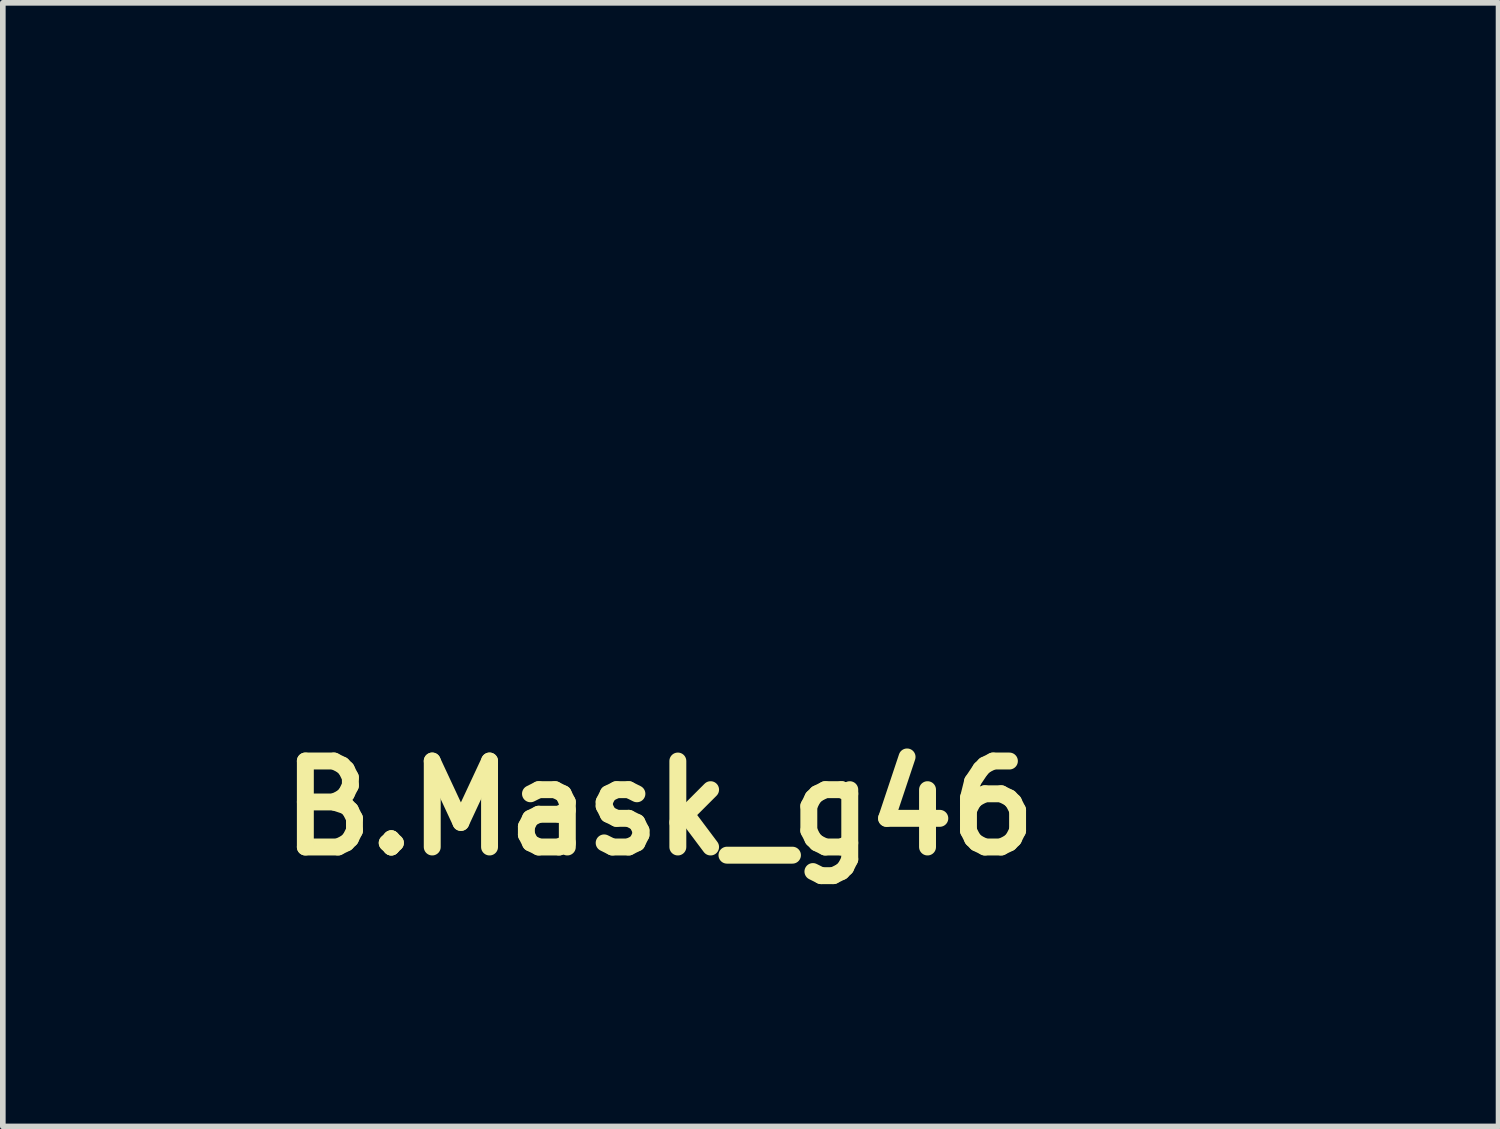
<source format=kicad_pcb>
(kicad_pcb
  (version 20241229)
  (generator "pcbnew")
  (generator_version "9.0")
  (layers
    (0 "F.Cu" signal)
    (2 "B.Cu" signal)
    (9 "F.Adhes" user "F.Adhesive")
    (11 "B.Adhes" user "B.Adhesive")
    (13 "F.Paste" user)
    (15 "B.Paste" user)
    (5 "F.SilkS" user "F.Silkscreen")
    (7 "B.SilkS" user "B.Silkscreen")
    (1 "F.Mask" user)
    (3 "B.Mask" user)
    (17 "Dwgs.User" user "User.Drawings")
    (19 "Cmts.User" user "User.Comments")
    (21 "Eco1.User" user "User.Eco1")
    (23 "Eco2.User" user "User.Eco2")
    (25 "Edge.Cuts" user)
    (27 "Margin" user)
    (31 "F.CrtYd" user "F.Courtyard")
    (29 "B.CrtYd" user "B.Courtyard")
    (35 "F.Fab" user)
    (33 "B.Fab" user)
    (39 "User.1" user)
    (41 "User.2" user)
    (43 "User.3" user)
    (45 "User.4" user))
  (footprint "B.Mask_g46"
    (layer "F.Cu")
    (at 8.641 11.277)
    (property "Reference" "B.Mask_g46" (at 0 0 0) (layer "F.SilkS") (effects (font (size 1.524 1.524) (thickness 0.3))))
    (attr through_hole)
    (fp_poly (pts (xy -6.135 -11.259) (xy -5.679 -11.205) (xy -5.227 -11.11) (xy -4.782 -10.973) (xy -4.346 -10.795) (xy -4.186 -10.718) (xy -3.926 -10.576) (xy -3.647 -10.402) (xy -3.353 -10.199) (xy -3.048 -9.97) (xy -2.736 -9.718) (xy -2.421 -9.446) (xy -2.107 -9.158) (xy -1.95 -9.006) (xy -1.816 -8.874) (xy -1.696 -8.753) (xy -1.585 -8.639) (xy -1.479 -8.527) (xy -1.375 -8.413) (xy -1.268 -8.292) (xy -1.155 -8.16) (xy -1.032 -8.012) (xy -0.894 -7.844) (xy -0.739 -7.652) (xy -0.561 -7.431) (xy -0.56 -7.429) (xy -0.219 -7.005) (xy 0.099 -6.611) (xy 0.397 -6.245) (xy 0.678 -5.903) (xy 0.943 -5.584) (xy 1.196 -5.284) (xy 1.439 -4.999) (xy 1.674 -4.727) (xy 1.904 -4.465) (xy 1.978 -4.381) (xy 2.237 -4.091) (xy 2.472 -3.832) (xy 2.684 -3.601) (xy 2.877 -3.398) (xy 3.052 -3.219) (xy 3.211 -3.063) (xy 3.357 -2.928) (xy 3.491 -2.812) (xy 3.617 -2.713) (xy 3.736 -2.629) (xy 3.851 -2.558) (xy 3.963 -2.498) (xy 4.075 -2.447) (xy 4.19 -2.403) (xy 4.202 -2.399) (xy 4.273 -2.376) (xy 4.335 -2.359) (xy 4.398 -2.349) (xy 4.473 -2.343) (xy 4.571 -2.341) (xy 4.678 -2.341) (xy 4.805 -2.341) (xy 4.902 -2.345) (xy 4.979 -2.352) (xy 5.048 -2.364) (xy 5.122 -2.383) (xy 5.175 -2.399) (xy 5.259 -2.426) (xy 5.342 -2.457) (xy 5.429 -2.493) (xy 5.521 -2.535) (xy 5.621 -2.586) (xy 5.732 -2.646) (xy 5.857 -2.717) (xy 5.996 -2.801) (xy 6.155 -2.899) (xy 6.334 -3.013) (xy 6.537 -3.144) (xy 6.765 -3.294) (xy 7.023 -3.464) (xy 7.311 -3.656) (xy 7.451 -3.749) (xy 7.843 -4.01) (xy 8.202 -4.249) (xy 8.529 -4.466) (xy 8.827 -4.663) (xy 9.096 -4.839) (xy 9.339 -4.997) (xy 9.557 -5.138) (xy 9.752 -5.262) (xy 9.926 -5.37) (xy 10.08 -5.464) (xy 10.215 -5.544) (xy 10.335 -5.612) (xy 10.44 -5.668) (xy 10.532 -5.714) (xy 10.612 -5.751) (xy 10.684 -5.779) (xy 10.747 -5.801) (xy 10.804 -5.816) (xy 10.836 -5.822) (xy 11.022 -5.835) (xy 11.203 -5.808) (xy 11.375 -5.745) (xy 11.53 -5.649) (xy 11.663 -5.523) (xy 11.769 -5.37) (xy 11.793 -5.323) (xy 11.833 -5.225) (xy 11.856 -5.13) (xy 11.869 -5.016) (xy 11.869 -5.009) (xy 11.872 -4.927) (xy 11.869 -4.853) (xy 11.859 -4.778) (xy 11.838 -4.696) (xy 11.806 -4.6) (xy 11.76 -4.481) (xy 11.699 -4.333) (xy 11.682 -4.293) (xy 11.476 -3.836) (xy 11.265 -3.419) (xy 11.047 -3.041) (xy 10.82 -2.698) (xy 10.583 -2.39) (xy 10.335 -2.114) (xy 10.074 -1.868) (xy 10.026 -1.827) (xy 9.876 -1.709) (xy 9.694 -1.578) (xy 9.477 -1.434) (xy 9.224 -1.275) (xy 9.201 -1.261) (xy 9.105 -1.199) (xy 8.993 -1.124) (xy 8.874 -1.041) (xy 8.756 -0.955) (xy 8.645 -0.873) (xy 8.551 -0.801) (xy 8.482 -0.743) (xy 8.463 -0.725) (xy 8.378 -0.617) (xy 8.321 -0.488) (xy 8.292 -0.348) (xy 8.296 -0.21) (xy 8.326 -0.099) (xy 8.368 -0.019) (xy 8.435 0.085) (xy 8.524 0.21) (xy 8.629 0.348) (xy 8.748 0.495) (xy 8.876 0.646) (xy 9.008 0.795) (xy 9.14 0.937) (xy 9.156 0.953) (xy 9.262 1.067) (xy 9.337 1.159) (xy 9.385 1.235) (xy 9.409 1.301) (xy 9.411 1.362) (xy 9.406 1.388) (xy 9.399 1.41) (xy 9.385 1.422) (xy 9.355 1.424) (xy 9.301 1.416) (xy 9.232 1.403) (xy 8.957 1.335) (xy 8.662 1.23) (xy 8.346 1.088) (xy 8.261 1.045) (xy 7.932 0.873) (xy 7.625 0.706) (xy 7.329 0.536) (xy 7.034 0.359) (xy 6.731 0.168) (xy 6.409 -0.042) (xy 6.262 -0.141) (xy 6.053 -0.279) (xy 5.871 -0.395) (xy 5.712 -0.491) (xy 5.567 -0.57) (xy 5.433 -0.635) (xy 5.301 -0.688) (xy 5.168 -0.734) (xy 5.026 -0.775) (xy 4.955 -0.794) (xy 4.606 -0.859) (xy 4.251 -0.884) (xy 3.895 -0.868) (xy 3.543 -0.811) (xy 3.213 -0.719) (xy 2.888 -0.602) (xy 2.564 -0.474) (xy 2.238 -0.333) (xy 1.909 -0.176) (xy 1.572 -0.003) (xy 1.224 0.188) (xy 0.863 0.4) (xy 0.485 0.633) (xy 0.088 0.89) (xy -0.331 1.171) (xy -0.777 1.48) (xy -1.038 1.665) (xy -1.28 1.835) (xy -1.492 1.981) (xy -1.681 2.105) (xy -1.851 2.21) (xy -2.005 2.298) (xy -2.149 2.372) (xy -2.287 2.434) (xy -2.423 2.486) (xy -2.562 2.531) (xy -2.688 2.567) (xy -2.773 2.588) (xy -2.846 2.605) (xy -2.916 2.617) (xy -2.99 2.625) (xy -3.079 2.63) (xy -3.19 2.634) (xy -3.333 2.636) (xy -3.376 2.637) (xy -3.513 2.638) (xy -3.638 2.638) (xy -3.746 2.636) (xy -3.827 2.634) (xy -3.875 2.63) (xy -3.881 2.629) (xy -3.889 2.626) (xy -3.896 2.623) (xy -3.898 2.619) (xy -3.896 2.611) (xy -3.886 2.599) (xy -3.868 2.582) (xy -3.84 2.559) (xy -3.801 2.528) (xy -3.749 2.488) (xy -3.682 2.439) (xy -3.598 2.38) (xy -3.497 2.308) (xy -3.377 2.223) (xy -3.236 2.124) (xy -3.072 2.01) (xy -2.885 1.88) (xy -2.672 1.732) (xy -2.432 1.566) (xy -2.163 1.38) (xy -1.864 1.173) (xy -1.533 0.945) (xy -1.185 0.704) (xy -0.989 0.569) (xy -0.801 0.438) (xy -0.624 0.315) (xy -0.463 0.202) (xy -0.319 0.101) (xy -0.197 0.015) (xy -0.099 -0.055) (xy -0.029 -0.105) (xy 0.011 -0.135) (xy 0.014 -0.138) (xy 0.095 -0.226) (xy 0.166 -0.342) (xy 0.219 -0.469) (xy 0.244 -0.58) (xy 0.242 -0.724) (xy 0.203 -0.867) (xy 0.134 -1.003) (xy 0.04 -1.123) (xy -0.075 -1.219) (xy -0.204 -1.283) (xy -0.229 -1.291) (xy -0.264 -1.3) (xy -0.335 -1.318) (xy -0.44 -1.345) (xy -0.574 -1.38) (xy -0.733 -1.421) (xy -0.914 -1.467) (xy -1.113 -1.518) (xy -1.325 -1.572) (xy -1.509 -1.619) (xy -1.812 -1.697) (xy -2.077 -1.766) (xy -2.303 -1.826) (xy -2.493 -1.878) (xy -2.649 -1.923) (xy -2.772 -1.96) (xy -2.864 -1.991) (xy -2.915 -2.01) (xy -3.243 -2.17) (xy -3.545 -2.363) (xy -3.823 -2.59) (xy -4.074 -2.851) (xy -4.173 -2.972) (xy -4.265 -3.094) (xy -4.344 -3.21) (xy -4.416 -3.33) (xy -4.486 -3.463) (xy -4.56 -3.617) (xy -4.641 -3.802) (xy -4.646 -3.813) (xy -4.706 -3.949) (xy -4.773 -4.092) (xy -4.84 -4.228) (xy -4.901 -4.346) (xy -4.93 -4.398) (xy -5.16 -4.758) (xy -5.424 -5.097) (xy -5.719 -5.413) (xy -6.04 -5.701) (xy -6.386 -5.96) (xy -6.75 -6.185) (xy -7.131 -6.373) (xy -7.303 -6.444) (xy -7.483 -6.516) (xy -7.627 -6.581) (xy -7.74 -6.642) (xy -7.826 -6.7) (xy -7.889 -6.76) (xy -7.934 -6.823) (xy -7.948 -6.85) (xy -7.979 -6.957) (xy -7.98 -7.077) (xy -7.953 -7.191) (xy -7.951 -7.198) (xy -7.914 -7.266) (xy -7.859 -7.351) (xy -7.793 -7.44) (xy -7.727 -7.52) (xy -7.67 -7.577) (xy -7.664 -7.583) (xy -7.587 -7.647) (xy -7.492 -7.73) (xy -7.385 -7.825) (xy -7.271 -7.928) (xy -7.158 -8.033) (xy -7.049 -8.135) (xy -6.95 -8.228) (xy -6.868 -8.308) (xy -6.808 -8.369) (xy -6.781 -8.4) (xy -6.675 -8.55) (xy -6.608 -8.696) (xy -6.58 -8.834) (xy -6.591 -8.963) (xy -6.643 -9.081) (xy -6.644 -9.082) (xy -6.682 -9.138) (xy -6.724 -9.19) (xy -6.772 -9.239) (xy -6.831 -9.289) (xy -6.903 -9.34) (xy -6.992 -9.396) (xy -7.103 -9.459) (xy -7.239 -9.531) (xy -7.403 -9.615) (xy -7.599 -9.712) (xy -7.768 -9.795) (xy -7.927 -9.874) (xy -8.076 -9.948) (xy -8.211 -10.016) (xy -8.326 -10.075) (xy -8.417 -10.124) (xy -8.479 -10.158) (xy -8.504 -10.173) (xy -8.579 -10.248) (xy -8.621 -10.339) (xy -8.636 -10.455) (xy -8.636 -10.467) (xy -8.619 -10.609) (xy -8.566 -10.731) (xy -8.503 -10.813) (xy -8.444 -10.865) (xy -8.373 -10.912) (xy -8.281 -10.956) (xy -8.163 -11) (xy -8.011 -11.048) (xy -7.98 -11.058) (xy -7.519 -11.171) (xy -7.057 -11.242) (xy -6.595 -11.272) (xy -6.135 -11.259)) (stroke (width 0.01) (type solid)) (fill yes) (layer "B.Mask")))
  (gr_rect
    (start -3 -3)
    (end 23.518 16.92)
    (stroke (width 0.1) (type default))
    (fill no)
    (layer "Edge.Cuts")))
</source>
